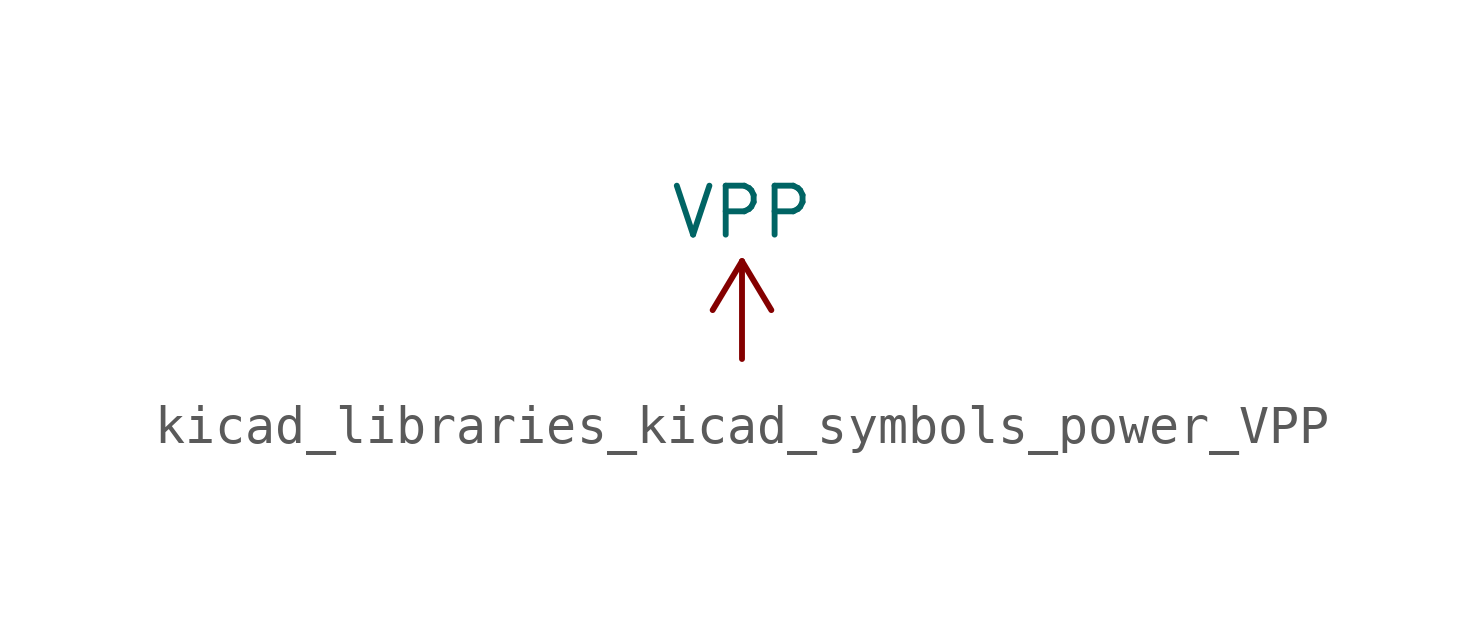
<source format=kicad_sym>
(kicad_symbol_lib
  (version 20220914)
  (generator kicad_symbol_editor)
  (symbol "kicad_libraries_kicad_symbols_power_VPP"
    (power)
    (pin_names
      (offset 0))
    (property "Reference" "#PWR"
      (at 0 -3.81 0)
      (effects (font (size 1.27 1.27)) hide))
    (property "Value" "VPP"
      (at 0 3.81 0)
      (effects (font (size 1.27 1.27))))
    (symbol "kicad_libraries_kicad_symbols_power_VPP_0_1"
      (polyline (pts (xy -0.762 1.27) (xy 0 2.54)) (stroke (width 0) (type default)) (fill (type none)))
      (polyline (pts (xy 0 0) (xy 0 2.54)) (stroke (width 0) (type default)) (fill (type none)))
      (polyline (pts (xy 0 2.54) (xy 0.762 1.27)) (stroke (width 0) (type default)) (fill (type none))))
    (symbol "kicad_libraries_kicad_symbols_power_VPP_1_1"
      (pin power_in line (at 0 0 90) (length 0) hide (name "VPP" (effects (font (size 1.27 1.27)))) (number "1" (effects (font (size 1.27 1.27))))))))
</source>
